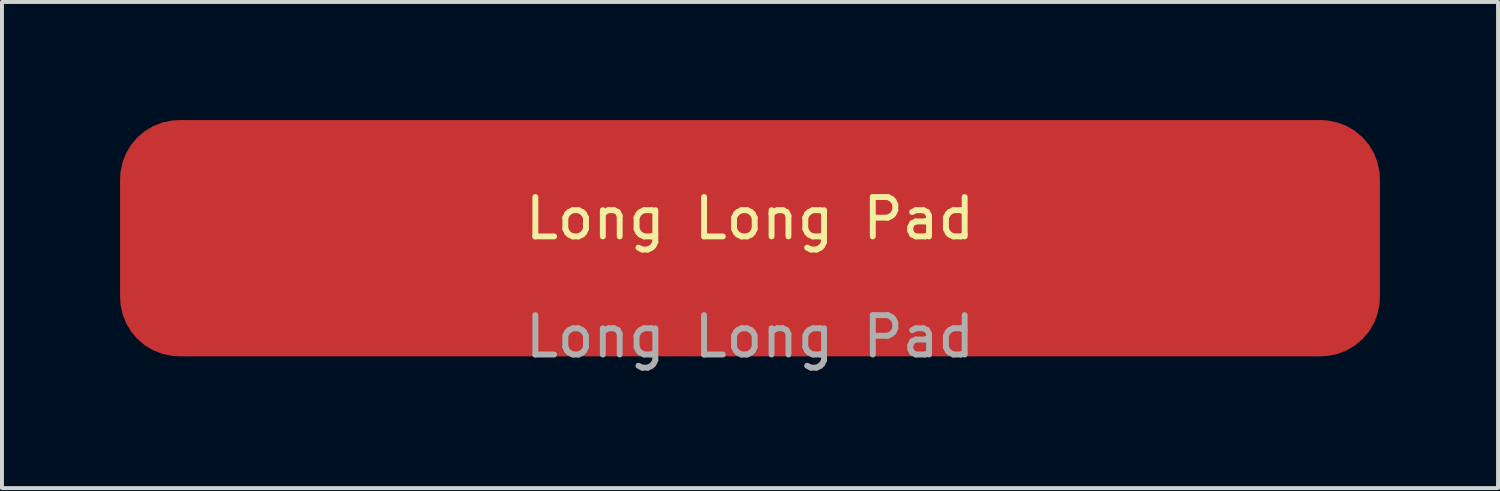
<source format=kicad_pcb>
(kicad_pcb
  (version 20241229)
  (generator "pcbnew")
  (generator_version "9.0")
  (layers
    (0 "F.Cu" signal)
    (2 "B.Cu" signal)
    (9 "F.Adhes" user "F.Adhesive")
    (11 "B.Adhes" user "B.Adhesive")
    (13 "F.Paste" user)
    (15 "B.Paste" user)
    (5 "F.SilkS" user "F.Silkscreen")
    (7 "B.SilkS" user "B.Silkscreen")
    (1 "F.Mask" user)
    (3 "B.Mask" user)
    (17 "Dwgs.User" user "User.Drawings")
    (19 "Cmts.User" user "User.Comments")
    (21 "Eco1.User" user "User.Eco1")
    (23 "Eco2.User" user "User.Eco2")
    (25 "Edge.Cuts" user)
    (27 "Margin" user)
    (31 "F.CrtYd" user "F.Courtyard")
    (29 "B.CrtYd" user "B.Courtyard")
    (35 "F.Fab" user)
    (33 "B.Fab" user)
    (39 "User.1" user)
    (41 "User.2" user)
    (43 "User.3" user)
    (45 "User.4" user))
  (footprint "Long Long Pad"
    (layer "F.Cu")
    (at 16 3)
    (property "Reference" "Long Long Pad" (at 0 -0.5 0) (unlocked yes) (layer "F.SilkS") (effects (font (size 1 1) (thickness 0.15))))
    (attr smd)
    (fp_text user "${REFERENCE}" (at 0 2.5 0) (unlocked yes) (layer "F.Fab") (effects (font (size 1 1) (thickness 0.15))))
    (pad "1" smd roundrect (at 0 0) (size 32 6) (layers "F.Cu" "F.Mask" "F.Paste") (roundrect_rratio 0.25)))
  (gr_rect
    (start -3 -3)
    (end 35 9.348)
    (stroke (width 0.1) (type default))
    (fill no)
    (layer "Edge.Cuts")))
</source>
